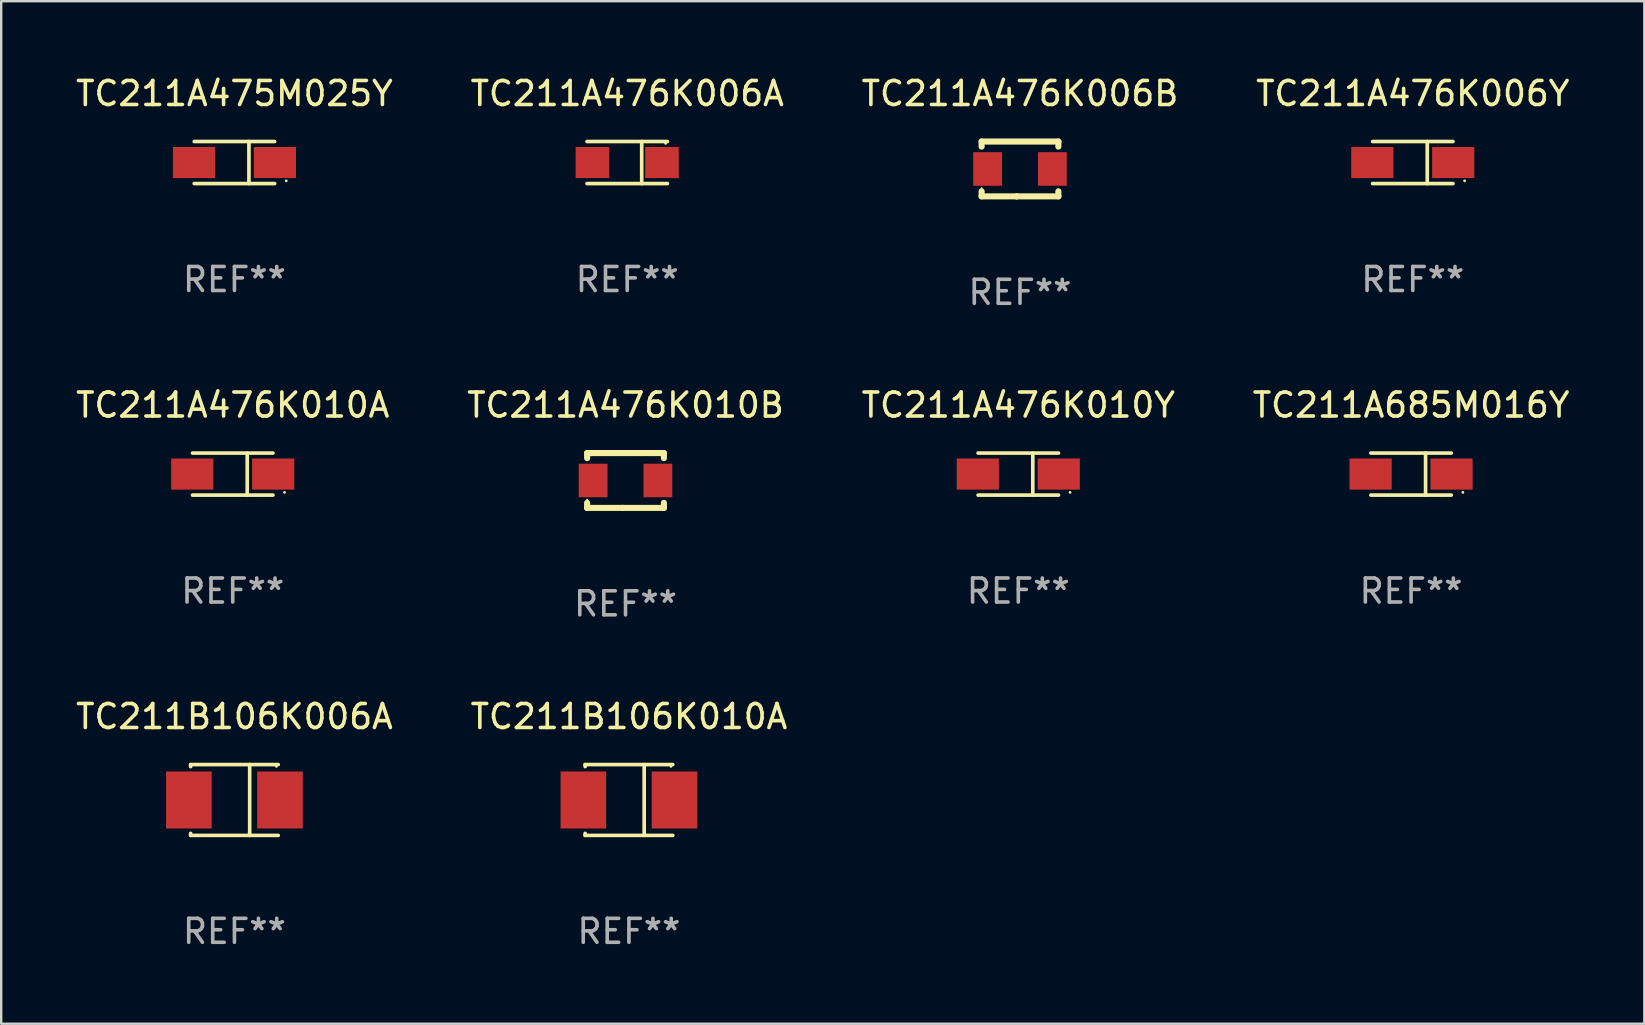
<source format=kicad_pcb>
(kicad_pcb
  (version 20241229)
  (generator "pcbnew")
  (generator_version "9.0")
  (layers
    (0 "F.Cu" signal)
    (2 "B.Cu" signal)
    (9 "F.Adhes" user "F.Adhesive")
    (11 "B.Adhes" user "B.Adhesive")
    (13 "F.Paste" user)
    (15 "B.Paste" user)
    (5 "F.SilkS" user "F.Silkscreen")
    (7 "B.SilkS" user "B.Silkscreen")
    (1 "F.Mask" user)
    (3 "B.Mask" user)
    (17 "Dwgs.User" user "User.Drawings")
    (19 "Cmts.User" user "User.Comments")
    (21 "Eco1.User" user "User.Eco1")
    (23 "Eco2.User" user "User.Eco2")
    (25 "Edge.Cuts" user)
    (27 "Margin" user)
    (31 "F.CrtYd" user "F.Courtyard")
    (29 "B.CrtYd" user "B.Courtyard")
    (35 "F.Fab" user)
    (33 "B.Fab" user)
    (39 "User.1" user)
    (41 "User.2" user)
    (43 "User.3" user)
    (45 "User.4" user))
  (footprint "TC211A476K010B"
    (layer "F.Cu")
    (at 23.018 16.974)
    (property "Reference" "TC211A476K010B" (at 0 -3.143 0) (layer "F.SilkS") (effects (font (size 1 1) (thickness 0.15))))
    (attr through_hole)
    (fp_line (start -1.6 1.143) (end -0.128 1.143) (stroke (width 0.254) (type solid)) (layer "F.SilkS"))
    (fp_line (start -1.6 -1.143) (end -1.6 -0.931) (stroke (width 0.254) (type solid)) (layer "F.SilkS"))
    (fp_line (start -1.6 -1.143) (end 1.6 -1.143) (stroke (width 0.254) (type solid)) (layer "F.SilkS"))
    (fp_line (start -1.6 0.931) (end -1.6 1.143) (stroke (width 0.254) (type solid)) (layer "F.SilkS"))
    (fp_line (start -0.128 1.143) (end -0.128 1.143) (stroke (width 0.254) (type solid)) (layer "F.SilkS"))
    (fp_line (start -0.128 1.143) (end 1.6 1.143) (stroke (width 0.254) (type solid)) (layer "F.SilkS"))
    (fp_line (start 1.6 -1.143) (end 1.6 -0.931) (stroke (width 0.254) (type solid)) (layer "F.SilkS"))
    (fp_line (start 1.6 0.931) (end 1.6 1.143) (stroke (width 0.254) (type solid)) (layer "F.SilkS"))
    (fp_circle (center -1.6 0.8) (end -1.58 0.8) (stroke (width 0.04) (type solid)) (fill no) (layer "F.SilkS"))
    (fp_text user "REF**" (at 0 5.143 0) (layer "F.Fab") (effects (font (size 1 1) (thickness 0.15))))
    (pad "1" smd rect (at -1.35 0) (size 1.2 1.4) (layers "F.Cu" "F.Mask" "F.Paste"))
    (pad "2" smd rect (at 1.35 0) (size 1.2 1.4) (layers "F.Cu" "F.Mask" "F.Paste")))
  (footprint "TC211A476K006B"
    (layer "F.Cu")
    (at 39.458 3.991)
    (property "Reference" "TC211A476K006B" (at 0 -3.143 0) (layer "F.SilkS") (effects (font (size 1 1) (thickness 0.15))))
    (attr through_hole)
    (fp_line (start -1.6 1.143) (end -0.128 1.143) (stroke (width 0.254) (type solid)) (layer "F.SilkS"))
    (fp_line (start -1.6 -1.143) (end -1.6 -0.931) (stroke (width 0.254) (type solid)) (layer "F.SilkS"))
    (fp_line (start -1.6 -1.143) (end 1.6 -1.143) (stroke (width 0.254) (type solid)) (layer "F.SilkS"))
    (fp_line (start -1.6 0.931) (end -1.6 1.143) (stroke (width 0.254) (type solid)) (layer "F.SilkS"))
    (fp_line (start -0.128 1.143) (end -0.128 1.143) (stroke (width 0.254) (type solid)) (layer "F.SilkS"))
    (fp_line (start -0.128 1.143) (end 1.6 1.143) (stroke (width 0.254) (type solid)) (layer "F.SilkS"))
    (fp_line (start 1.6 -1.143) (end 1.6 -0.931) (stroke (width 0.254) (type solid)) (layer "F.SilkS"))
    (fp_line (start 1.6 0.931) (end 1.6 1.143) (stroke (width 0.254) (type solid)) (layer "F.SilkS"))
    (fp_circle (center -1.6 0.8) (end -1.58 0.8) (stroke (width 0.04) (type solid)) (fill no) (layer "F.SilkS"))
    (fp_text user "REF**" (at 0 5.143 0) (layer "F.Fab") (effects (font (size 1 1) (thickness 0.15))))
    (pad "1" smd rect (at -1.35 0) (size 1.2 1.4) (layers "F.Cu" "F.Mask" "F.Paste"))
    (pad "2" smd rect (at 1.35 0) (size 1.2 1.4) (layers "F.Cu" "F.Mask" "F.Paste")))
  (footprint "TC211A475M025Y"
    (layer "F.Cu")
    (at 6.72 3.724)
    (property "Reference" "TC211A475M025Y" (at 0 -2.876 0) (layer "F.SilkS") (effects (font (size 1 1) (thickness 0.15))))
    (attr through_hole)
    (fp_line (start -1.676 -0.876) (end 1.676 -0.876) (stroke (width 0.152) (type solid)) (layer "F.SilkS"))
    (fp_line (start -1.676 0.876) (end 1.676 0.876) (stroke (width 0.152) (type solid)) (layer "F.SilkS"))
    (fp_line (start 0.604 -0.876) (end 0.604 0.876) (stroke (width 0.152) (type solid)) (layer "F.SilkS"))
    (fp_circle (center 2.159 0.762) (end 2.189 0.762) (stroke (width 0.06) (type solid)) (fill no) (layer "F.SilkS"))
    (fp_text user "REF**" (at 0 4.876 0) (layer "F.Fab") (effects (font (size 1 1) (thickness 0.15))))
    (pad "1" smd rect (at 1.686 0) (size 1.758 1.296) (layers "F.Cu" "F.Mask" "F.Paste"))
    (pad "2" smd rect (at -1.686 0) (size 1.758 1.296) (layers "F.Cu" "F.Mask" "F.Paste")))
  (footprint "TC211A476K010Y"
    (layer "F.Cu")
    (at 39.387 16.707)
    (property "Reference" "TC211A476K010Y" (at 0 -2.876 0) (layer "F.SilkS") (effects (font (size 1 1) (thickness 0.15))))
    (attr through_hole)
    (fp_line (start -1.676 -0.876) (end 1.676 -0.876) (stroke (width 0.152) (type solid)) (layer "F.SilkS"))
    (fp_line (start -1.676 0.876) (end 1.676 0.876) (stroke (width 0.152) (type solid)) (layer "F.SilkS"))
    (fp_line (start 0.604 -0.876) (end 0.604 0.876) (stroke (width 0.152) (type solid)) (layer "F.SilkS"))
    (fp_circle (center 2.159 0.762) (end 2.189 0.762) (stroke (width 0.06) (type solid)) (fill no) (layer "F.SilkS"))
    (fp_text user "REF**" (at 0 4.876 0) (layer "F.Fab") (effects (font (size 1 1) (thickness 0.15))))
    (pad "1" smd rect (at 1.686 0) (size 1.758 1.296) (layers "F.Cu" "F.Mask" "F.Paste"))
    (pad "2" smd rect (at -1.686 0) (size 1.758 1.296) (layers "F.Cu" "F.Mask" "F.Paste")))
  (footprint "TC211A476K006A"
    (layer "F.Cu")
    (at 23.089 3.724)
    (property "Reference" "TC211A476K006A" (at 0 -2.876 0) (layer "F.SilkS") (effects (font (size 1 1) (thickness 0.15))))
    (attr through_hole)
    (fp_line (start -1.676 -0.876) (end 1.676 -0.876) (stroke (width 0.152) (type solid)) (layer "F.SilkS"))
    (fp_line (start -1.676 0.876) (end 1.676 0.876) (stroke (width 0.152) (type solid)) (layer "F.SilkS"))
    (fp_line (start 0.604 -0.876) (end 0.604 0.876) (stroke (width 0.152) (type solid)) (layer "F.SilkS"))
    (fp_circle (center 1.6 -0.8) (end 1.63 -0.8) (stroke (width 0.06) (type solid)) (fill no) (layer "F.SilkS"))
    (fp_text user "REF**" (at 0 4.876 0) (layer "F.Fab") (effects (font (size 1 1) (thickness 0.15))))
    (pad "1" smd rect (at 1.45 0) (size 1.4 1.296) (layers "F.Cu" "F.Mask" "F.Paste"))
    (pad "2" smd rect (at -1.45 0) (size 1.4 1.296) (layers "F.Cu" "F.Mask" "F.Paste")))
  (footprint "TC211A476K006Y"
    (layer "F.Cu")
    (at 55.827 3.724)
    (property "Reference" "TC211A476K006Y" (at 0 -2.876 0) (layer "F.SilkS") (effects (font (size 1 1) (thickness 0.15))))
    (attr through_hole)
    (fp_line (start -1.676 -0.876) (end 1.676 -0.876) (stroke (width 0.152) (type solid)) (layer "F.SilkS"))
    (fp_line (start -1.676 0.876) (end 1.676 0.876) (stroke (width 0.152) (type solid)) (layer "F.SilkS"))
    (fp_line (start 0.604 -0.876) (end 0.604 0.876) (stroke (width 0.152) (type solid)) (layer "F.SilkS"))
    (fp_circle (center 2.159 0.762) (end 2.189 0.762) (stroke (width 0.06) (type solid)) (fill no) (layer "F.SilkS"))
    (fp_text user "REF**" (at 0 4.876 0) (layer "F.Fab") (effects (font (size 1 1) (thickness 0.15))))
    (pad "1" smd rect (at 1.686 0) (size 1.758 1.296) (layers "F.Cu" "F.Mask" "F.Paste"))
    (pad "2" smd rect (at -1.686 0) (size 1.758 1.296) (layers "F.Cu" "F.Mask" "F.Paste")))
  (footprint "TC211B106K006A"
    (layer "F.Cu")
    (at 6.72 30.289)
    (property "Reference" "TC211B106K006A" (at 0 -3.476 0) (layer "F.SilkS") (effects (font (size 1 1) (thickness 0.15))))
    (attr through_hole)
    (fp_line (start -1.826 -1.476) (end -1.826 -1.391) (stroke (width 0.152) (type solid)) (layer "F.SilkS"))
    (fp_line (start -1.826 -1.476) (end 1.826 -1.476) (stroke (width 0.152) (type solid)) (layer "F.SilkS"))
    (fp_line (start -1.826 1.476) (end -1.826 1.391) (stroke (width 0.152) (type solid)) (layer "F.SilkS"))
    (fp_line (start -1.826 1.476) (end 1.826 1.476) (stroke (width 0.152) (type solid)) (layer "F.SilkS"))
    (fp_line (start 0.635 -1.476) (end 0.635 1.476) (stroke (width 0.152) (type solid)) (layer "F.SilkS"))
    (fp_circle (center 1.75 -1.4) (end 1.78 -1.4) (stroke (width 0.06) (type solid)) (fill no) (layer "F.SilkS"))
    (fp_text user "REF**" (at 0 5.476 0) (layer "F.Fab") (effects (font (size 1 1) (thickness 0.15))))
    (pad "1" smd rect (at 1.899 0) (size 1.9 2.376) (layers "F.Cu" "F.Mask" "F.Paste"))
    (pad "2" smd rect (at -1.899 0) (size 1.9 2.376) (layers "F.Cu" "F.Mask" "F.Paste")))
  (footprint "TC211B106K010A"
    (layer "F.Cu")
    (at 23.161 30.289)
    (property "Reference" "TC211B106K010A" (at 0 -3.476 0) (layer "F.SilkS") (effects (font (size 1 1) (thickness 0.15))))
    (attr through_hole)
    (fp_line (start -1.826 -1.476) (end -1.826 -1.391) (stroke (width 0.152) (type solid)) (layer "F.SilkS"))
    (fp_line (start -1.826 -1.476) (end 1.826 -1.476) (stroke (width 0.152) (type solid)) (layer "F.SilkS"))
    (fp_line (start -1.826 1.476) (end -1.826 1.391) (stroke (width 0.152) (type solid)) (layer "F.SilkS"))
    (fp_line (start -1.826 1.476) (end 1.826 1.476) (stroke (width 0.152) (type solid)) (layer "F.SilkS"))
    (fp_line (start 0.635 -1.476) (end 0.635 1.476) (stroke (width 0.152) (type solid)) (layer "F.SilkS"))
    (fp_circle (center 1.75 -1.4) (end 1.78 -1.4) (stroke (width 0.06) (type solid)) (fill no) (layer "F.SilkS"))
    (fp_text user "REF**" (at 0 5.476 0) (layer "F.Fab") (effects (font (size 1 1) (thickness 0.15))))
    (pad "1" smd rect (at 1.899 0) (size 1.9 2.376) (layers "F.Cu" "F.Mask" "F.Paste"))
    (pad "2" smd rect (at -1.899 0) (size 1.9 2.376) (layers "F.Cu" "F.Mask" "F.Paste")))
  (footprint "TC211A685M016Y"
    (layer "F.Cu")
    (at 55.756 16.707)
    (property "Reference" "TC211A685M016Y" (at 0 -2.876 0) (layer "F.SilkS") (effects (font (size 1 1) (thickness 0.15))))
    (attr through_hole)
    (fp_line (start -1.676 -0.876) (end 1.676 -0.876) (stroke (width 0.152) (type solid)) (layer "F.SilkS"))
    (fp_line (start -1.676 0.876) (end 1.676 0.876) (stroke (width 0.152) (type solid)) (layer "F.SilkS"))
    (fp_line (start 0.604 -0.876) (end 0.604 0.876) (stroke (width 0.152) (type solid)) (layer "F.SilkS"))
    (fp_circle (center 2.159 0.762) (end 2.189 0.762) (stroke (width 0.06) (type solid)) (fill no) (layer "F.SilkS"))
    (fp_text user "REF**" (at 0 4.876 0) (layer "F.Fab") (effects (font (size 1 1) (thickness 0.15))))
    (pad "1" smd rect (at 1.686 0) (size 1.758 1.296) (layers "F.Cu" "F.Mask" "F.Paste"))
    (pad "2" smd rect (at -1.686 0) (size 1.758 1.296) (layers "F.Cu" "F.Mask" "F.Paste")))
  (footprint "TC211A476K010A"
    (layer "F.Cu")
    (at 6.649 16.707)
    (property "Reference" "TC211A476K010A" (at 0 -2.876 0) (layer "F.SilkS") (effects (font (size 1 1) (thickness 0.15))))
    (attr through_hole)
    (fp_line (start -1.676 -0.876) (end 1.676 -0.876) (stroke (width 0.152) (type solid)) (layer "F.SilkS"))
    (fp_line (start -1.676 0.876) (end 1.676 0.876) (stroke (width 0.152) (type solid)) (layer "F.SilkS"))
    (fp_line (start 0.604 -0.876) (end 0.604 0.876) (stroke (width 0.152) (type solid)) (layer "F.SilkS"))
    (fp_circle (center 2.159 0.762) (end 2.189 0.762) (stroke (width 0.06) (type solid)) (fill no) (layer "F.SilkS"))
    (fp_text user "REF**" (at 0 4.876 0) (layer "F.Fab") (effects (font (size 1 1) (thickness 0.15))))
    (pad "1" smd rect (at 1.686 0) (size 1.758 1.296) (layers "F.Cu" "F.Mask" "F.Paste"))
    (pad "2" smd rect (at -1.686 0) (size 1.758 1.296) (layers "F.Cu" "F.Mask" "F.Paste")))
  (gr_rect
    (start -3 -3)
    (end 65.476 39.614)
    (stroke (width 0.1) (type default))
    (fill no)
    (layer "Edge.Cuts")))
</source>
